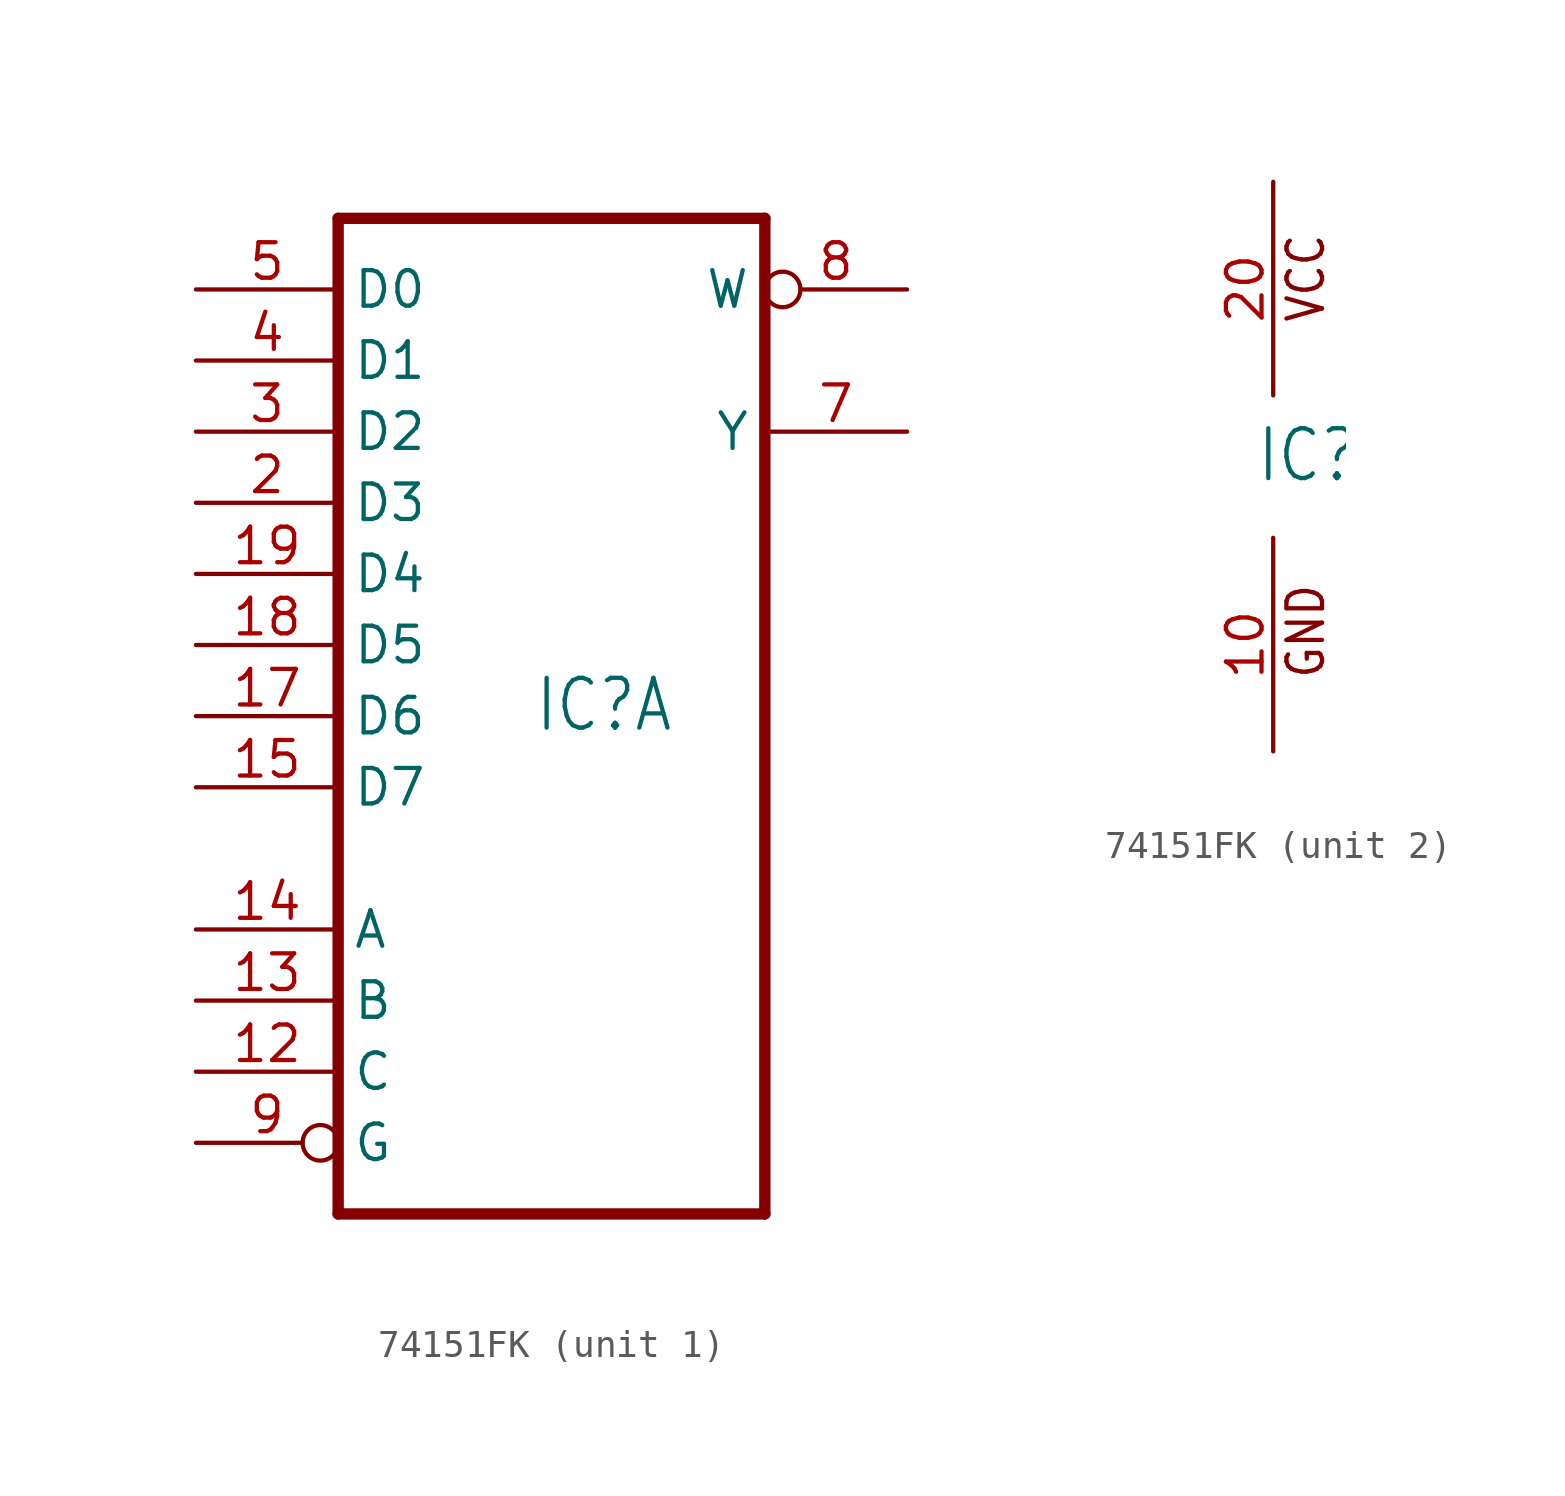
<source format=kicad_sym>
(kicad_symbol_lib
  (version 20211014)
  (generator kicad_symbol_editor)
  (symbol "74151FK"
    (property "Reference" "IC"
      (at -0.635 -0.635 0)
      (effects (font (size 1.778 1.511)) (justify left bottom)))
    (property "ki_locked" ""
      (at 0 0 0)
      (effects (font (size 1.27 1.27))))
    (symbol "74151FK_1_0"
      (polyline (pts (xy -7.62 -17.78) (xy 7.62 -17.78)) (stroke (width 0.406) (type default) (color 0 0 0 0)) (fill (type none)))
      (polyline (pts (xy -7.62 17.78) (xy -7.62 -17.78)) (stroke (width 0.406) (type default) (color 0 0 0 0)) (fill (type none)))
      (polyline (pts (xy 7.62 -17.78) (xy 7.62 17.78)) (stroke (width 0.406) (type default) (color 0 0 0 0)) (fill (type none)))
      (polyline (pts (xy 7.62 17.78) (xy -7.62 17.78)) (stroke (width 0.406) (type default) (color 0 0 0 0)) (fill (type none)))
      (pin input line (at -12.7 -12.7 0) (length 5.08) (name "C" (effects (font (size 1.27 1.27)))) (number "12" (effects (font (size 1.27 1.27)))))
      (pin input line (at -12.7 -10.16 0) (length 5.08) (name "B" (effects (font (size 1.27 1.27)))) (number "13" (effects (font (size 1.27 1.27)))))
      (pin input line (at -12.7 -7.62 0) (length 5.08) (name "A" (effects (font (size 1.27 1.27)))) (number "14" (effects (font (size 1.27 1.27)))))
      (pin input line (at -12.7 -2.54 0) (length 5.08) (name "D7" (effects (font (size 1.27 1.27)))) (number "15" (effects (font (size 1.27 1.27)))))
      (pin input line (at -12.7 0 0) (length 5.08) (name "D6" (effects (font (size 1.27 1.27)))) (number "17" (effects (font (size 1.27 1.27)))))
      (pin input line (at -12.7 2.54 0) (length 5.08) (name "D5" (effects (font (size 1.27 1.27)))) (number "18" (effects (font (size 1.27 1.27)))))
      (pin input line (at -12.7 5.08 0) (length 5.08) (name "D4" (effects (font (size 1.27 1.27)))) (number "19" (effects (font (size 1.27 1.27)))))
      (pin input line (at -12.7 7.62 0) (length 5.08) (name "D3" (effects (font (size 1.27 1.27)))) (number "2" (effects (font (size 1.27 1.27)))))
      (pin input line (at -12.7 10.16 0) (length 5.08) (name "D2" (effects (font (size 1.27 1.27)))) (number "3" (effects (font (size 1.27 1.27)))))
      (pin input line (at -12.7 12.7 0) (length 5.08) (name "D1" (effects (font (size 1.27 1.27)))) (number "4" (effects (font (size 1.27 1.27)))))
      (pin input line (at -12.7 15.24 0) (length 5.08) (name "D0" (effects (font (size 1.27 1.27)))) (number "5" (effects (font (size 1.27 1.27)))))
      (pin output line (at 12.7 10.16 180) (length 5.08) (name "Y" (effects (font (size 1.27 1.27)))) (number "7" (effects (font (size 1.27 1.27)))))
      (pin output inverted (at 12.7 15.24 180) (length 5.08) (name "W" (effects (font (size 1.27 1.27)))) (number "8" (effects (font (size 1.27 1.27)))))
      (pin input inverted (at -12.7 -15.24 0) (length 5.08) (name "G" (effects (font (size 1.27 1.27)))) (number "9" (effects (font (size 1.27 1.27))))))
    (symbol "74151FK_2_0"
      (text "GND" (at 1.905 -7.62 900) (effects (font (size 1.27 1.079)) (justify left bottom)))
      (text "VCC" (at 1.905 5.08 900) (effects (font (size 1.27 1.079)) (justify left bottom)))
      (pin power_in line (at 0 -10.16 90) (length 7.62) (name "GND" (effects (font (size 0 0)))) (number "10" (effects (font (size 1.27 1.27)))))
      (pin power_in line (at 0 10.16 270) (length 7.62) (name "VCC" (effects (font (size 0 0)))) (number "20" (effects (font (size 1.27 1.27))))))))
</source>
